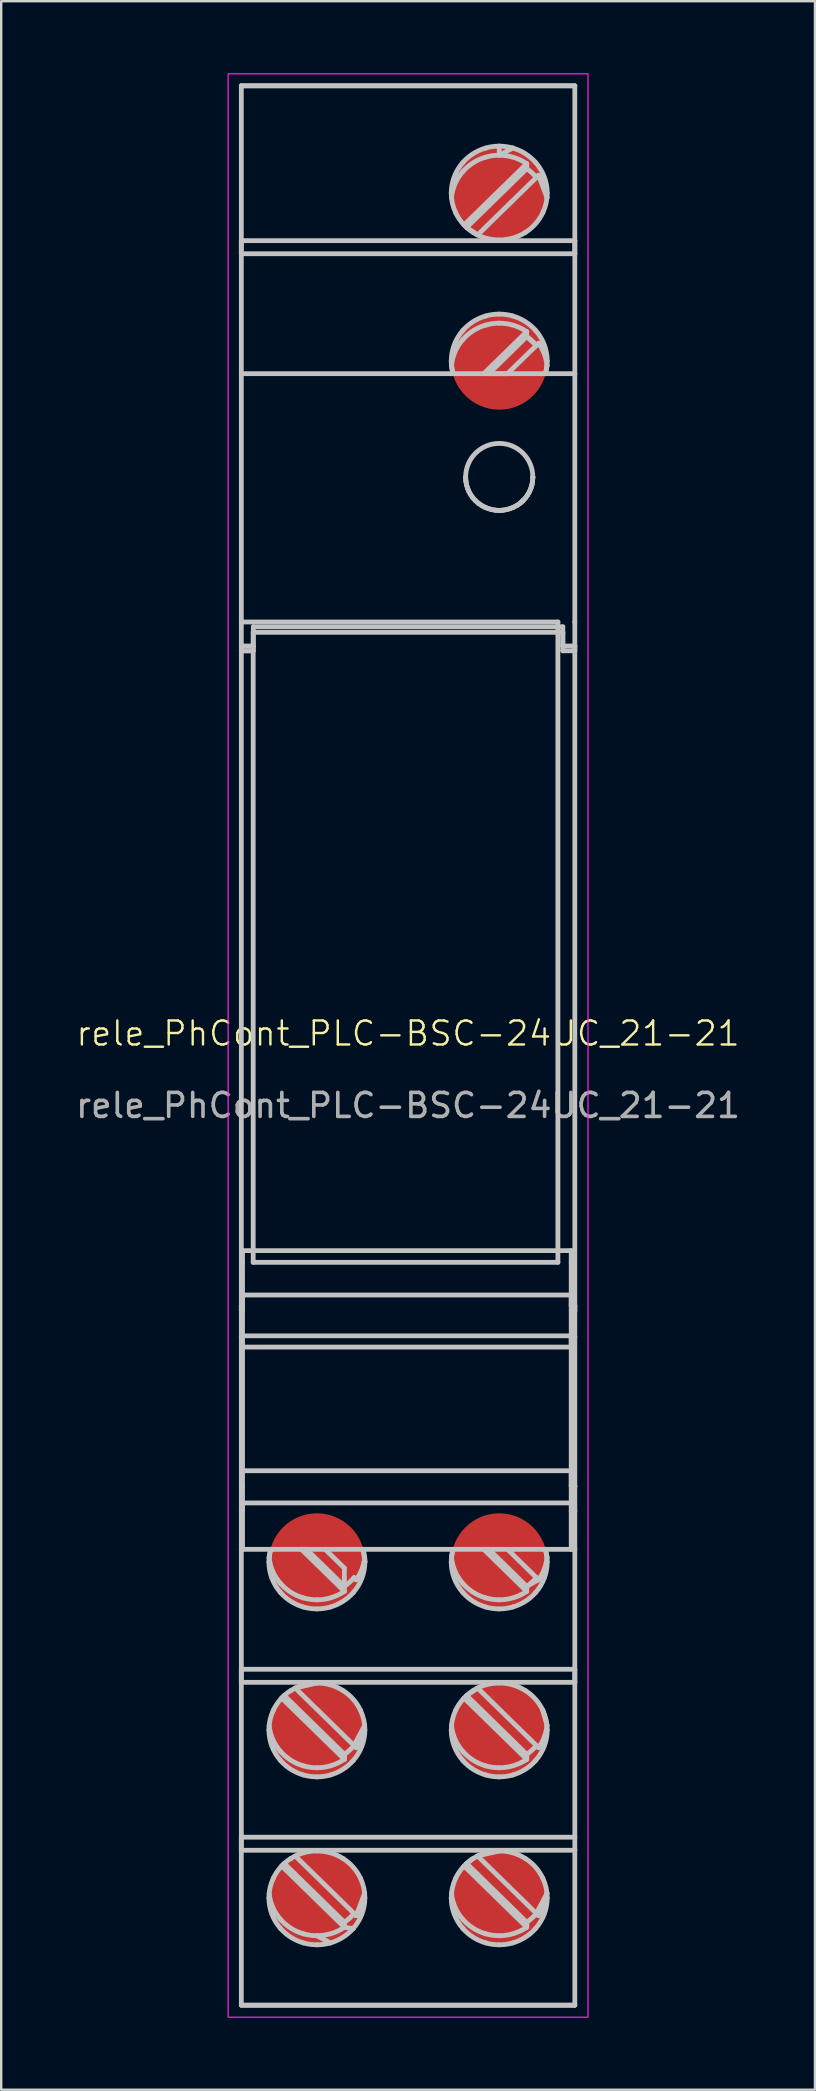
<source format=kicad_pcb>
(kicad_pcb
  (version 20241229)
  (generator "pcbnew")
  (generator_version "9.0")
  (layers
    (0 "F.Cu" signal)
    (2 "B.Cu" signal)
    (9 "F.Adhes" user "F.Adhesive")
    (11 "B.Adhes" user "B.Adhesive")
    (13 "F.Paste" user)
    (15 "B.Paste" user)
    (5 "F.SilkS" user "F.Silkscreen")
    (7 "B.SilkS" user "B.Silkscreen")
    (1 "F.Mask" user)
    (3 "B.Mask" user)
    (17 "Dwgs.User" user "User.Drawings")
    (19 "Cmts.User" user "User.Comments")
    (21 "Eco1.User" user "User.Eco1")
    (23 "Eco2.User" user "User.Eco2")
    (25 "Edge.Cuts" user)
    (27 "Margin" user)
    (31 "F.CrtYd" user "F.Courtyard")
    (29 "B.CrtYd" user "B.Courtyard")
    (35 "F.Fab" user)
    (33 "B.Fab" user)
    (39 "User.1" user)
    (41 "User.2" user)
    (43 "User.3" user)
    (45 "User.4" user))
  (footprint "rele_PhCont_PLC-BSC-24UC_21-21"
    (layer "F.Cu")
    (at 13.958 40.525)
    (property "Reference" "rele_PhCont_PLC-BSC-24UC_21-21" (at 0 -0.5 0) (unlocked yes) (layer "F.SilkS") (effects (font (size 1 1) (thickness 0.1))))
    (attr smd)
    (fp_line (start -6.95 -40) (end 6.95 -40) (stroke (width 0.2) (type default)) (layer "Dwgs.User"))
    (fp_line (start -6.95 -33.544) (end -6.95 -40) (stroke (width 0.2) (type default)) (layer "Dwgs.User"))
    (fp_line (start -6.95 -33.544) (end 6.95 -33.544) (stroke (width 0.2) (type default)) (layer "Dwgs.User"))
    (fp_line (start -6.95 -33) (end -6.95 -33.544) (stroke (width 0.2) (type default)) (layer "Dwgs.User"))
    (fp_line (start -6.95 -33) (end -6.95 -33.544) (stroke (width 0.2) (type default)) (layer "Dwgs.User"))
    (fp_line (start -6.95 -33) (end 6.95 -33) (stroke (width 0.2) (type default)) (layer "Dwgs.User"))
    (fp_line (start -6.95 -28) (end -6.95 -33) (stroke (width 0.2) (type default)) (layer "Dwgs.User"))
    (fp_line (start -6.95 -28) (end 6.95 -28) (stroke (width 0.2) (type default)) (layer "Dwgs.User"))
    (fp_line (start -6.95 -17.65) (end -6.95 -28) (stroke (width 0.2) (type default)) (layer "Dwgs.User"))
    (fp_line (start -6.95 -17.65) (end 6.245 -17.65) (stroke (width 0.2) (type default)) (layer "Dwgs.User"))
    (fp_line (start -6.95 -16.65) (end -6.95 -17.65) (stroke (width 0.2) (type default)) (layer "Dwgs.User"))
    (fp_line (start -6.95 -16.45) (end -6.95 -16.65) (stroke (width 0.2) (type default)) (layer "Dwgs.User"))
    (fp_line (start -6.95 -16.45) (end -6.455 -16.45) (stroke (width 0.2) (type default)) (layer "Dwgs.User"))
    (fp_line (start -6.95 -16.45) (end -6.455 -16.45) (stroke (width 0.2) (type default)) (layer "Dwgs.User"))
    (fp_line (start -6.95 10.85) (end -6.95 -16.45) (stroke (width 0.2) (type default)) (layer "Dwgs.User"))
    (fp_line (start -6.95 10.85) (end -6.95 11.05) (stroke (width 0.2) (type default)) (layer "Dwgs.User"))
    (fp_line (start -6.95 11.05) (end -6.95 10.85) (stroke (width 0.2) (type default)) (layer "Dwgs.User"))
    (fp_line (start -6.95 11.05) (end -6.95 12.15) (stroke (width 0.2) (type default)) (layer "Dwgs.User"))
    (fp_line (start -6.95 11.05) (end -6.9 11.05) (stroke (width 0.2) (type default)) (layer "Dwgs.User"))
    (fp_line (start -6.95 12.15) (end -6.95 18.373) (stroke (width 0.2) (type default)) (layer "Dwgs.User"))
    (fp_line (start -6.95 12.15) (end -6.9 12.569) (stroke (width 0.2) (type default)) (layer "Dwgs.User"))
    (fp_line (start -6.95 18.373) (end -6.95 19.4) (stroke (width 0.2) (type default)) (layer "Dwgs.User"))
    (fp_line (start -6.95 19.4) (end -6.9 19.4) (stroke (width 0.2) (type default)) (layer "Dwgs.User"))
    (fp_line (start -6.95 21) (end -6.95 19.4) (stroke (width 0.2) (type default)) (layer "Dwgs.User"))
    (fp_line (start -6.95 21) (end -6.9 21) (stroke (width 0.2) (type default)) (layer "Dwgs.User"))
    (fp_line (start -6.95 21) (end -6.9 21) (stroke (width 0.2) (type default)) (layer "Dwgs.User"))
    (fp_line (start -6.95 26) (end -6.95 21) (stroke (width 0.2) (type default)) (layer "Dwgs.User"))
    (fp_line (start -6.95 26) (end -6.95 26.544) (stroke (width 0.2) (type default)) (layer "Dwgs.User"))
    (fp_line (start -6.95 26) (end 6.95 26) (stroke (width 0.2) (type default)) (layer "Dwgs.User"))
    (fp_line (start -6.95 26.544) (end -6.95 26) (stroke (width 0.2) (type default)) (layer "Dwgs.User"))
    (fp_line (start -6.95 26.544) (end 6.95 26.544) (stroke (width 0.2) (type default)) (layer "Dwgs.User"))
    (fp_line (start -6.95 33) (end -6.95 26.544) (stroke (width 0.2) (type default)) (layer "Dwgs.User"))
    (fp_line (start -6.95 33) (end -6.95 33.544) (stroke (width 0.2) (type default)) (layer "Dwgs.User"))
    (fp_line (start -6.95 33) (end 6.95 33) (stroke (width 0.2) (type default)) (layer "Dwgs.User"))
    (fp_line (start -6.95 33.544) (end -6.95 33) (stroke (width 0.2) (type default)) (layer "Dwgs.User"))
    (fp_line (start -6.95 33.544) (end 6.95 33.544) (stroke (width 0.2) (type default)) (layer "Dwgs.User"))
    (fp_line (start -6.95 40) (end -6.95 33.544) (stroke (width 0.2) (type default)) (layer "Dwgs.User"))
    (fp_line (start -6.95 40) (end 6.95 40) (stroke (width 0.2) (type default)) (layer "Dwgs.User"))
    (fp_line (start -6.95 40) (end 6.95 40) (stroke (width 0.2) (type default)) (layer "Dwgs.User"))
    (fp_line (start -6.9 9.038) (end -6.9 8.551) (stroke (width 0.2) (type default)) (layer "Dwgs.User"))
    (fp_line (start -6.9 10.85) (end -6.95 10.85) (stroke (width 0.2) (type default)) (layer "Dwgs.User"))
    (fp_line (start -6.9 10.85) (end -6.9 9.038) (stroke (width 0.2) (type default)) (layer "Dwgs.User"))
    (fp_line (start -6.9 11.05) (end -6.9 10.85) (stroke (width 0.2) (type default)) (layer "Dwgs.User"))
    (fp_line (start -6.9 12.102) (end -6.9 10.4) (stroke (width 0.2) (type default)) (layer "Dwgs.User"))
    (fp_line (start -6.9 12.102) (end -6.9 12.15) (stroke (width 0.2) (type default)) (layer "Dwgs.User"))
    (fp_line (start -6.9 12.15) (end -6.95 12.15) (stroke (width 0.2) (type default)) (layer "Dwgs.User"))
    (fp_line (start -6.9 12.569) (end -6.9 12.102) (stroke (width 0.2) (type default)) (layer "Dwgs.User"))
    (fp_line (start -6.9 17.724) (end -6.9 12.569) (stroke (width 0.2) (type default)) (layer "Dwgs.User"))
    (fp_line (start -6.9 18.373) (end -6.95 18.373) (stroke (width 0.2) (type default)) (layer "Dwgs.User"))
    (fp_line (start -6.9 19.066) (end -6.9 17.724) (stroke (width 0.2) (type default)) (layer "Dwgs.User"))
    (fp_line (start -6.9 19.066) (end -6.9 19.4) (stroke (width 0.2) (type default)) (layer "Dwgs.User"))
    (fp_line (start -6.9 19.066) (end 6.8 19.066) (stroke (width 0.2) (type default)) (layer "Dwgs.User"))
    (fp_line (start -6.9 21) (end -6.9 19.066) (stroke (width 0.2) (type default)) (layer "Dwgs.User"))
    (fp_line (start -6.455 -17.22) (end -6.455 9.038) (stroke (width 0.2) (type default)) (layer "Dwgs.User"))
    (fp_line (start -6.455 -16.45) (end -6.45 -16.65) (stroke (width 0.2) (type default)) (layer "Dwgs.User"))
    (fp_line (start -6.455 9.038) (end 6.245 9.038) (stroke (width 0.2) (type default)) (layer "Dwgs.User"))
    (fp_line (start -6.45 -17.45) (end 6.45 -17.45) (stroke (width 0.2) (type default)) (layer "Dwgs.User"))
    (fp_line (start -6.45 -16.65) (end -6.95 -16.65) (stroke (width 0.2) (type default)) (layer "Dwgs.User"))
    (fp_line (start -6.45 -16.65) (end -6.45 -17.45) (stroke (width 0.2) (type default)) (layer "Dwgs.User"))
    (fp_line (start -5.726 21) (end -5.791 21.338) (stroke (width 0.2) (type default)) (layer "Dwgs.User"))
    (fp_line (start -5.267 27.198) (end -5.16 27.094) (stroke (width 0.2) (type default)) (layer "Dwgs.User"))
    (fp_line (start -5.267 27.198) (end -2.655 29.752) (stroke (width 0.2) (type default)) (layer "Dwgs.User"))
    (fp_line (start -5.267 34.198) (end -5.16 34.094) (stroke (width 0.2) (type default)) (layer "Dwgs.User"))
    (fp_line (start -5.267 34.198) (end -2.655 36.752) (stroke (width 0.2) (type default)) (layer "Dwgs.User"))
    (fp_line (start -5.16 27.094) (end -2.655 29.545) (stroke (width 0.2) (type default)) (layer "Dwgs.User"))
    (fp_line (start -5.16 34.094) (end -2.655 36.545) (stroke (width 0.2) (type default)) (layer "Dwgs.User"))
    (fp_line (start -4.447 21) (end -4.234 21) (stroke (width 0.2) (type default)) (layer "Dwgs.User"))
    (fp_line (start -4.447 21) (end -2.655 22.752) (stroke (width 0.2) (type default)) (layer "Dwgs.User"))
    (fp_line (start -4.234 21) (end -2.655 22.545) (stroke (width 0.2) (type default)) (layer "Dwgs.User"))
    (fp_line (start -3.8 26.572) (end -4.702 26.782) (stroke (width 0.2) (type default)) (layer "Dwgs.User"))
    (fp_line (start -3.237 37.405) (end -3.8 37.105) (stroke (width 0.2) (type default)) (layer "Dwgs.User"))
    (fp_line (start -2.655 21.784) (end -3.457 21) (stroke (width 0.2) (type default)) (layer "Dwgs.User"))
    (fp_line (start -2.655 22.752) (end -2.655 21.784) (stroke (width 0.2) (type default)) (layer "Dwgs.User"))
    (fp_line (start -2.655 29.545) (end -2.655 29.752) (stroke (width 0.2) (type default)) (layer "Dwgs.User"))
    (fp_line (start -2.655 29.752) (end -2.655 29.545) (stroke (width 0.2) (type default)) (layer "Dwgs.User"))
    (fp_line (start -2.655 36.545) (end -2.655 36.752) (stroke (width 0.2) (type default)) (layer "Dwgs.User"))
    (fp_line (start -2.655 36.752) (end -2.655 36.545) (stroke (width 0.2) (type default)) (layer "Dwgs.User"))
    (fp_line (start -2.289 36.809) (end -2.655 36.752) (stroke (width 0.2) (type default)) (layer "Dwgs.User"))
    (fp_line (start -2.252 22.179) (end -2.16 22.268) (stroke (width 0.2) (type default)) (layer "Dwgs.User"))
    (fp_line (start -2.252 36.179) (end -2.16 36.268) (stroke (width 0.2) (type default)) (layer "Dwgs.User"))
    (fp_line (start -2.16 29.268) (end -4.702 26.782) (stroke (width 0.2) (type default)) (layer "Dwgs.User"))
    (fp_line (start -2.16 36.268) (end -4.702 33.782) (stroke (width 0.2) (type default)) (layer "Dwgs.User"))
    (fp_line (start -1.874 21) (end -1.8 21.528) (stroke (width 0.2) (type default)) (layer "Dwgs.User"))
    (fp_line (start -1.809 21.338) (end -1.8 21.528) (stroke (width 0.2) (type default)) (layer "Dwgs.User"))
    (fp_line (start -1.809 28.338) (end -2.252 29.179) (stroke (width 0.2) (type default)) (layer "Dwgs.User"))
    (fp_line (start -1.809 35.338) (end -2.16 36.268) (stroke (width 0.2) (type default)) (layer "Dwgs.User"))
    (fp_line (start 1.874 -28) (end 1.809 -28.338) (stroke (width 0.2) (type default)) (layer "Dwgs.User"))
    (fp_line (start 1.874 21) (end 1.809 21.338) (stroke (width 0.2) (type default)) (layer "Dwgs.User"))
    (fp_line (start 2.333 27.198) (end 4.945 29.752) (stroke (width 0.2) (type default)) (layer "Dwgs.User"))
    (fp_line (start 2.333 34.198) (end 4.945 36.752) (stroke (width 0.2) (type default)) (layer "Dwgs.User"))
    (fp_line (start 2.4 -23.694) (end 2.4 -23.677) (stroke (width 0.2) (type default)) (layer "Dwgs.User"))
    (fp_line (start 2.4 -23.677) (end 2.4 -23.685) (stroke (width 0.2) (type default)) (layer "Dwgs.User"))
    (fp_line (start 2.409 -23.523) (end 2.4 -23.677) (stroke (width 0.2) (type default)) (layer "Dwgs.User"))
    (fp_line (start 2.435 -23.371) (end 2.409 -23.523) (stroke (width 0.2) (type default)) (layer "Dwgs.User"))
    (fp_line (start 2.44 -34.094) (end 4.945 -36.545) (stroke (width 0.2) (type default)) (layer "Dwgs.User"))
    (fp_line (start 2.479 -23.223) (end 2.435 -23.371) (stroke (width 0.2) (type default)) (layer "Dwgs.User"))
    (fp_line (start 2.539 -23.08) (end 2.479 -23.223) (stroke (width 0.2) (type default)) (layer "Dwgs.User"))
    (fp_line (start 2.615 -22.945) (end 2.539 -23.08) (stroke (width 0.2) (type default)) (layer "Dwgs.User"))
    (fp_line (start 2.705 -22.819) (end 2.615 -22.945) (stroke (width 0.2) (type default)) (layer "Dwgs.User"))
    (fp_line (start 2.719 33.882) (end 2.44 34.094) (stroke (width 0.2) (type default)) (layer "Dwgs.User"))
    (fp_line (start 2.81 -22.704) (end 2.705 -22.819) (stroke (width 0.2) (type default)) (layer "Dwgs.User"))
    (fp_line (start 2.898 -33.782) (end 2.44 -34.094) (stroke (width 0.2) (type default)) (layer "Dwgs.User"))
    (fp_line (start 2.898 -33.782) (end 5.44 -36.268) (stroke (width 0.2) (type default)) (layer "Dwgs.User"))
    (fp_line (start 2.898 26.782) (end 2.44 27.094) (stroke (width 0.2) (type default)) (layer "Dwgs.User"))
    (fp_line (start 2.927 -22.602) (end 2.81 -22.704) (stroke (width 0.2) (type default)) (layer "Dwgs.User"))
    (fp_line (start 3.055 -22.512) (end 2.927 -22.602) (stroke (width 0.2) (type default)) (layer "Dwgs.User"))
    (fp_line (start 3.153 21) (end 3.366 21) (stroke (width 0.2) (type default)) (layer "Dwgs.User"))
    (fp_line (start 3.153 21) (end 4.945 22.752) (stroke (width 0.2) (type default)) (layer "Dwgs.User"))
    (fp_line (start 3.193 -22.438) (end 3.055 -22.512) (stroke (width 0.2) (type default)) (layer "Dwgs.User"))
    (fp_line (start 3.338 -22.379) (end 3.193 -22.438) (stroke (width 0.2) (type default)) (layer "Dwgs.User"))
    (fp_line (start 3.366 -28) (end 4.945 -29.545) (stroke (width 0.2) (type default)) (layer "Dwgs.User"))
    (fp_line (start 3.488 -22.336) (end 3.338 -22.379) (stroke (width 0.2) (type default)) (layer "Dwgs.User"))
    (fp_line (start 3.643 -22.31) (end 3.488 -22.336) (stroke (width 0.2) (type default)) (layer "Dwgs.User"))
    (fp_line (start 3.8 -37.484) (end 3.8 -37.105) (stroke (width 0.2) (type default)) (layer "Dwgs.User"))
    (fp_line (start 3.8 -22.301) (end 3.643 -22.31) (stroke (width 0.2) (type default)) (layer "Dwgs.User"))
    (fp_line (start 3.8 33.572) (end 2.898 33.782) (stroke (width 0.2) (type default)) (layer "Dwgs.User"))
    (fp_line (start 3.957 -22.31) (end 3.8 -22.301) (stroke (width 0.2) (type default)) (layer "Dwgs.User"))
    (fp_line (start 4.112 -22.336) (end 3.957 -22.31) (stroke (width 0.2) (type default)) (layer "Dwgs.User"))
    (fp_line (start 4.143 -28) (end 3.366 -28) (stroke (width 0.2) (type default)) (layer "Dwgs.User"))
    (fp_line (start 4.143 -28) (end 5.44 -29.268) (stroke (width 0.2) (type default)) (layer "Dwgs.User"))
    (fp_line (start 4.262 -22.379) (end 4.112 -22.336) (stroke (width 0.2) (type default)) (layer "Dwgs.User"))
    (fp_line (start 4.363 -37.405) (end 3.8 -37.105) (stroke (width 0.2) (type default)) (layer "Dwgs.User"))
    (fp_line (start 4.407 -22.438) (end 4.262 -22.379) (stroke (width 0.2) (type default)) (layer "Dwgs.User"))
    (fp_line (start 4.545 -22.512) (end 4.407 -22.438) (stroke (width 0.2) (type default)) (layer "Dwgs.User"))
    (fp_line (start 4.673 -22.602) (end 4.545 -22.512) (stroke (width 0.2) (type default)) (layer "Dwgs.User"))
    (fp_line (start 4.673 -22.602) (end 4.79 -22.71) (stroke (width 0.2) (type default)) (layer "Dwgs.User"))
    (fp_line (start 4.79 -22.704) (end 4.673 -22.602) (stroke (width 0.2) (type default)) (layer "Dwgs.User"))
    (fp_line (start 4.79 -22.704) (end 4.79 -22.71) (stroke (width 0.2) (type default)) (layer "Dwgs.User"))
    (fp_line (start 4.895 -22.819) (end 4.79 -22.704) (stroke (width 0.2) (type default)) (layer "Dwgs.User"))
    (fp_line (start 4.945 -36.752) (end 2.333 -34.198) (stroke (width 0.2) (type default)) (layer "Dwgs.User"))
    (fp_line (start 4.945 -36.752) (end 4.945 -36.545) (stroke (width 0.2) (type default)) (layer "Dwgs.User"))
    (fp_line (start 4.945 -36.545) (end 4.945 -36.752) (stroke (width 0.2) (type default)) (layer "Dwgs.User"))
    (fp_line (start 4.945 -29.752) (end 3.153 -28) (stroke (width 0.2) (type default)) (layer "Dwgs.User"))
    (fp_line (start 4.945 -29.752) (end 4.945 -29.545) (stroke (width 0.2) (type default)) (layer "Dwgs.User"))
    (fp_line (start 4.945 22.545) (end 3.366 21) (stroke (width 0.2) (type default)) (layer "Dwgs.User"))
    (fp_line (start 4.945 22.752) (end 4.945 22.545) (stroke (width 0.2) (type default)) (layer "Dwgs.User"))
    (fp_line (start 4.945 29.545) (end 2.44 27.094) (stroke (width 0.2) (type default)) (layer "Dwgs.User"))
    (fp_line (start 4.945 29.752) (end 4.945 29.545) (stroke (width 0.2) (type default)) (layer "Dwgs.User"))
    (fp_line (start 4.945 29.752) (end 4.945 29.545) (stroke (width 0.2) (type default)) (layer "Dwgs.User"))
    (fp_line (start 4.945 36.545) (end 2.44 34.094) (stroke (width 0.2) (type default)) (layer "Dwgs.User"))
    (fp_line (start 4.945 36.545) (end 4.945 36.752) (stroke (width 0.2) (type default)) (layer "Dwgs.User"))
    (fp_line (start 4.945 36.752) (end 4.945 36.545) (stroke (width 0.2) (type default)) (layer "Dwgs.User"))
    (fp_line (start 4.985 -22.945) (end 4.895 -22.819) (stroke (width 0.2) (type default)) (layer "Dwgs.User"))
    (fp_line (start 5.061 -23.08) (end 4.985 -22.945) (stroke (width 0.2) (type default)) (layer "Dwgs.User"))
    (fp_line (start 5.121 -23.223) (end 5.061 -23.08) (stroke (width 0.2) (type default)) (layer "Dwgs.User"))
    (fp_line (start 5.165 -23.371) (end 5.121 -23.223) (stroke (width 0.2) (type default)) (layer "Dwgs.User"))
    (fp_line (start 5.191 -23.523) (end 5.165 -23.371) (stroke (width 0.2) (type default)) (layer "Dwgs.User"))
    (fp_line (start 5.2 -23.685) (end 5.2 -23.677) (stroke (width 0.2) (type default)) (layer "Dwgs.User"))
    (fp_line (start 5.2 -23.694) (end 5.2 -23.677) (stroke (width 0.2) (type default)) (layer "Dwgs.User"))
    (fp_line (start 5.2 -23.677) (end 5.191 -23.523) (stroke (width 0.2) (type default)) (layer "Dwgs.User"))
    (fp_line (start 5.348 -36.179) (end 5.44 -36.268) (stroke (width 0.2) (type default)) (layer "Dwgs.User"))
    (fp_line (start 5.348 -29.179) (end 4.945 -29.545) (stroke (width 0.2) (type default)) (layer "Dwgs.User"))
    (fp_line (start 5.348 22.179) (end 5.44 22.268) (stroke (width 0.2) (type default)) (layer "Dwgs.User"))
    (fp_line (start 5.44 22.268) (end 4.143 21) (stroke (width 0.2) (type default)) (layer "Dwgs.User"))
    (fp_line (start 5.44 22.268) (end 4.945 22.545) (stroke (width 0.2) (type default)) (layer "Dwgs.User"))
    (fp_line (start 5.44 29.268) (end 2.898 26.782) (stroke (width 0.2) (type default)) (layer "Dwgs.User"))
    (fp_line (start 5.44 36.268) (end 2.898 33.782) (stroke (width 0.2) (type default)) (layer "Dwgs.User"))
    (fp_line (start 5.619 27.715) (end 5.791 28.338) (stroke (width 0.2) (type default)) (layer "Dwgs.User"))
    (fp_line (start 5.726 -28) (end 5.791 -28.338) (stroke (width 0.2) (type default)) (layer "Dwgs.User"))
    (fp_line (start 5.726 21) (end 5.791 21.338) (stroke (width 0.2) (type default)) (layer "Dwgs.User"))
    (fp_line (start 5.791 -35.338) (end 5.44 -36.268) (stroke (width 0.2) (type default)) (layer "Dwgs.User"))
    (fp_line (start 5.791 35.338) (end 5.348 36.179) (stroke (width 0.2) (type default)) (layer "Dwgs.User"))
    (fp_line (start 6.245 -17.65) (end 6.245 9.038) (stroke (width 0.2) (type default)) (layer "Dwgs.User"))
    (fp_line (start 6.45 -17.45) (end 6.45 -16.65) (stroke (width 0.2) (type default)) (layer "Dwgs.User"))
    (fp_line (start 6.45 -17.22) (end -6.455 -17.22) (stroke (width 0.2) (type default)) (layer "Dwgs.User"))
    (fp_line (start 6.45 -17.22) (end 6.45 -16.45) (stroke (width 0.2) (type default)) (layer "Dwgs.User"))
    (fp_line (start 6.45 -16.45) (end 6.95 -16.45) (stroke (width 0.2) (type default)) (layer "Dwgs.User"))
    (fp_line (start 6.8 8.551) (end -6.9 8.551) (stroke (width 0.2) (type default)) (layer "Dwgs.User"))
    (fp_line (start 6.8 8.551) (end 6.8 9.038) (stroke (width 0.2) (type default)) (layer "Dwgs.User"))
    (fp_line (start 6.8 9.038) (end 6.8 10.85) (stroke (width 0.2) (type default)) (layer "Dwgs.User"))
    (fp_line (start 6.8 10.4) (end -6.9 10.4) (stroke (width 0.2) (type default)) (layer "Dwgs.User"))
    (fp_line (start 6.8 10.4) (end 6.8 12.102) (stroke (width 0.2) (type default)) (layer "Dwgs.User"))
    (fp_line (start 6.8 11.05) (end 6.95 11.05) (stroke (width 0.2) (type default)) (layer "Dwgs.User"))
    (fp_line (start 6.8 12.102) (end -6.9 12.102) (stroke (width 0.2) (type default)) (layer "Dwgs.User"))
    (fp_line (start 6.8 12.102) (end 6.8 12.569) (stroke (width 0.2) (type default)) (layer "Dwgs.User"))
    (fp_line (start 6.8 12.15) (end 6.8 12.102) (stroke (width 0.2) (type default)) (layer "Dwgs.User"))
    (fp_line (start 6.8 12.15) (end 6.95 12.15) (stroke (width 0.2) (type default)) (layer "Dwgs.User"))
    (fp_line (start 6.8 12.569) (end -6.9 12.569) (stroke (width 0.2) (type default)) (layer "Dwgs.User"))
    (fp_line (start 6.8 12.569) (end 6.8 12.15) (stroke (width 0.2) (type default)) (layer "Dwgs.User"))
    (fp_line (start 6.8 12.569) (end 6.8 18.373) (stroke (width 0.2) (type default)) (layer "Dwgs.User"))
    (fp_line (start 6.8 17.724) (end -6.9 17.724) (stroke (width 0.2) (type default)) (layer "Dwgs.User"))
    (fp_line (start 6.8 17.724) (end 6.8 19.066) (stroke (width 0.2) (type default)) (layer "Dwgs.User"))
    (fp_line (start 6.8 18.373) (end 6.95 18.373) (stroke (width 0.2) (type default)) (layer "Dwgs.User"))
    (fp_line (start 6.8 19.066) (end 6.8 21) (stroke (width 0.2) (type default)) (layer "Dwgs.User"))
    (fp_line (start 6.8 19.4) (end 6.95 19.4) (stroke (width 0.2) (type default)) (layer "Dwgs.User"))
    (fp_line (start 6.8 21) (end -6.9 21) (stroke (width 0.2) (type default)) (layer "Dwgs.User"))
    (fp_line (start 6.8 21) (end 6.95 21) (stroke (width 0.2) (type default)) (layer "Dwgs.User"))
    (fp_line (start 6.95 -40) (end -6.95 -40) (stroke (width 0.2) (type default)) (layer "Dwgs.User"))
    (fp_line (start 6.95 -33.544) (end 6.95 -40) (stroke (width 0.2) (type default)) (layer "Dwgs.User"))
    (fp_line (start 6.95 -33.544) (end 6.95 -33) (stroke (width 0.2) (type default)) (layer "Dwgs.User"))
    (fp_line (start 6.95 -33) (end 6.95 -33.544) (stroke (width 0.2) (type default)) (layer "Dwgs.User"))
    (fp_line (start 6.95 -28) (end 6.95 -33) (stroke (width 0.2) (type default)) (layer "Dwgs.User"))
    (fp_line (start 6.95 -17.65) (end 6.95 -28) (stroke (width 0.2) (type default)) (layer "Dwgs.User"))
    (fp_line (start 6.95 -16.65) (end 6.45 -16.65) (stroke (width 0.2) (type default)) (layer "Dwgs.User"))
    (fp_line (start 6.95 -16.65) (end 6.95 -17.65) (stroke (width 0.2) (type default)) (layer "Dwgs.User"))
    (fp_line (start 6.95 -16.65) (end 6.95 -16.45) (stroke (width 0.2) (type default)) (layer "Dwgs.User"))
    (fp_line (start 6.95 -16.65) (end 6.95 -16.45) (stroke (width 0.2) (type default)) (layer "Dwgs.User"))
    (fp_line (start 6.95 -16.45) (end 6.95 10.85) (stroke (width 0.2) (type default)) (layer "Dwgs.User"))
    (fp_line (start 6.95 10.85) (end 6.8 10.85) (stroke (width 0.2) (type default)) (layer "Dwgs.User"))
    (fp_line (start 6.95 10.85) (end 6.95 11.05) (stroke (width 0.2) (type default)) (layer "Dwgs.User"))
    (fp_line (start 6.95 10.85) (end 6.95 11.05) (stroke (width 0.2) (type default)) (layer "Dwgs.User"))
    (fp_line (start 6.95 12.15) (end 6.95 11.05) (stroke (width 0.2) (type default)) (layer "Dwgs.User"))
    (fp_line (start 6.95 18.373) (end 6.8 19.066) (stroke (width 0.2) (type default)) (layer "Dwgs.User"))
    (fp_line (start 6.95 18.373) (end 6.95 12.15) (stroke (width 0.2) (type default)) (layer "Dwgs.User"))
    (fp_line (start 6.95 19.4) (end 6.95 18.373) (stroke (width 0.2) (type default)) (layer "Dwgs.User"))
    (fp_line (start 6.95 19.4) (end 6.95 21) (stroke (width 0.2) (type default)) (layer "Dwgs.User"))
    (fp_line (start 6.95 26) (end 6.95 21) (stroke (width 0.2) (type default)) (layer "Dwgs.User"))
    (fp_line (start 6.95 26.544) (end 6.95 26) (stroke (width 0.2) (type default)) (layer "Dwgs.User"))
    (fp_line (start 6.95 26.544) (end 6.95 26) (stroke (width 0.2) (type default)) (layer "Dwgs.User"))
    (fp_line (start 6.95 33) (end 6.95 26.544) (stroke (width 0.2) (type default)) (layer "Dwgs.User"))
    (fp_line (start 6.95 33.544) (end 6.95 33) (stroke (width 0.2) (type default)) (layer "Dwgs.User"))
    (fp_line (start 6.95 40) (end 6.95 33.544) (stroke (width 0.2) (type default)) (layer "Dwgs.User"))
    (fp_arc (start 2.4 -23.694028) (mid 3.8 -25.094028) (end 5.2 -23.694028) (stroke (width 0.2) (type default)) (layer "Dwgs.User"))
    (fp_curve (pts (xy -5.8 21.528) (xy -5.8 21.349) (xy -5.775 21.173) (xy -5.726 21)) (stroke (width 0.2) (type default)) (layer "Dwgs.User"))
    (fp_curve (pts (xy -5.8 28.528) (xy -5.8 28.245) (xy -5.739 27.974) (xy -5.619 27.715)) (stroke (width 0.2) (type default)) (layer "Dwgs.User"))
    (fp_curve (pts (xy -5.8 35.528) (xy -5.8 35.245) (xy -5.739 34.974) (xy -5.619 34.715)) (stroke (width 0.2) (type default)) (layer "Dwgs.User"))
    (fp_curve (pts (xy -5.619 27.715) (xy -5.46 27.374) (xy -5.204 27.085) (xy -4.881 26.882)) (stroke (width 0.2) (type default)) (layer "Dwgs.User"))
    (fp_curve (pts (xy -5.619 34.715) (xy -5.46 34.374) (xy -5.204 34.085) (xy -4.881 33.882)) (stroke (width 0.2) (type default)) (layer "Dwgs.User"))
    (fp_curve (pts (xy -5.311 22.43) (xy -5.583 22.124) (xy -5.75 21.742) (xy -5.791 21.338)) (stroke (width 0.2) (type default)) (layer "Dwgs.User"))
    (fp_curve (pts (xy -5.311 22.809) (xy -5.625 22.456) (xy -5.801 21.997) (xy -5.8 21.528)) (stroke (width 0.2) (type default)) (layer "Dwgs.User"))
    (fp_curve (pts (xy -5.311 29.43) (xy -5.583 29.124) (xy -5.75 28.742) (xy -5.791 28.338)) (stroke (width 0.2) (type default)) (layer "Dwgs.User"))
    (fp_curve (pts (xy -5.311 29.809) (xy -5.625 29.456) (xy -5.801 28.997) (xy -5.8 28.528)) (stroke (width 0.2) (type default)) (layer "Dwgs.User"))
    (fp_curve (pts (xy -5.311 36.43) (xy -5.583 36.124) (xy -5.75 35.742) (xy -5.791 35.338)) (stroke (width 0.2) (type default)) (layer "Dwgs.User"))
    (fp_curve (pts (xy -5.311 36.809) (xy -5.625 36.456) (xy -5.801 35.997) (xy -5.8 35.528)) (stroke (width 0.2) (type default)) (layer "Dwgs.User"))
    (fp_curve (pts (xy -4.881 26.882) (xy -4.559 26.679) (xy -4.183 26.572) (xy -3.8 26.572)) (stroke (width 0.2) (type default)) (layer "Dwgs.User"))
    (fp_curve (pts (xy -4.881 33.882) (xy -4.559 33.679) (xy -4.183 33.572) (xy -3.8 33.572)) (stroke (width 0.2) (type default)) (layer "Dwgs.User"))
    (fp_curve (pts (xy -4.363 23.025) (xy -4.731 22.92) (xy -5.06 22.713) (xy -5.311 22.43)) (stroke (width 0.2) (type default)) (layer "Dwgs.User"))
    (fp_curve (pts (xy -4.363 23.405) (xy -4.731 23.299) (xy -5.06 23.092) (xy -5.311 22.809)) (stroke (width 0.2) (type default)) (layer "Dwgs.User"))
    (fp_curve (pts (xy -4.363 30.025) (xy -4.731 29.92) (xy -5.06 29.713) (xy -5.311 29.43)) (stroke (width 0.2) (type default)) (layer "Dwgs.User"))
    (fp_curve (pts (xy -4.363 30.405) (xy -4.731 30.299) (xy -5.06 30.092) (xy -5.311 29.809)) (stroke (width 0.2) (type default)) (layer "Dwgs.User"))
    (fp_curve (pts (xy -4.363 37.025) (xy -4.731 36.92) (xy -5.06 36.713) (xy -5.311 36.43)) (stroke (width 0.2) (type default)) (layer "Dwgs.User"))
    (fp_curve (pts (xy -4.363 37.405) (xy -4.731 37.299) (xy -5.06 37.092) (xy -5.311 36.809)) (stroke (width 0.2) (type default)) (layer "Dwgs.User"))
    (fp_curve (pts (xy -3.8 23.105) (xy -3.991 23.105) (xy -4.179 23.078) (xy -4.363 23.025)) (stroke (width 0.2) (type default)) (layer "Dwgs.User"))
    (fp_curve (pts (xy -3.8 23.484) (xy -3.991 23.484) (xy -4.179 23.458) (xy -4.363 23.405)) (stroke (width 0.2) (type default)) (layer "Dwgs.User"))
    (fp_curve (pts (xy -3.8 26.572) (xy -3.417 26.572) (xy -3.041 26.679) (xy -2.719 26.882)) (stroke (width 0.2) (type default)) (layer "Dwgs.User"))
    (fp_curve (pts (xy -3.8 30.105) (xy -3.991 30.105) (xy -4.179 30.078) (xy -4.363 30.025)) (stroke (width 0.2) (type default)) (layer "Dwgs.User"))
    (fp_curve (pts (xy -3.8 30.484) (xy -3.991 30.484) (xy -4.179 30.458) (xy -4.363 30.405)) (stroke (width 0.2) (type default)) (layer "Dwgs.User"))
    (fp_curve (pts (xy -3.8 33.572) (xy -3.417 33.572) (xy -3.041 33.679) (xy -2.719 33.882)) (stroke (width 0.2) (type default)) (layer "Dwgs.User"))
    (fp_curve (pts (xy -3.8 37.105) (xy -3.991 37.105) (xy -4.179 37.078) (xy -4.363 37.025)) (stroke (width 0.2) (type default)) (layer "Dwgs.User"))
    (fp_curve (pts (xy -3.8 37.484) (xy -3.991 37.484) (xy -4.179 37.458) (xy -4.363 37.405)) (stroke (width 0.2) (type default)) (layer "Dwgs.User"))
    (fp_curve (pts (xy -3.237 23.405) (xy -3.421 23.458) (xy -3.609 23.484) (xy -3.8 23.484)) (stroke (width 0.2) (type default)) (layer "Dwgs.User"))
    (fp_curve (pts (xy -3.237 30.405) (xy -3.421 30.458) (xy -3.609 30.484) (xy -3.8 30.484)) (stroke (width 0.2) (type default)) (layer "Dwgs.User"))
    (fp_curve (pts (xy -3.237 37.405) (xy -3.421 37.458) (xy -3.609 37.484) (xy -3.8 37.484)) (stroke (width 0.2) (type default)) (layer "Dwgs.User"))
    (fp_curve (pts (xy -2.719 26.882) (xy -2.396 27.085) (xy -2.14 27.374) (xy -1.981 27.715)) (stroke (width 0.2) (type default)) (layer "Dwgs.User"))
    (fp_curve (pts (xy -2.719 33.882) (xy -2.396 34.085) (xy -2.14 34.374) (xy -1.981 34.715)) (stroke (width 0.2) (type default)) (layer "Dwgs.User"))
    (fp_curve (pts (xy -2.655 22.752) (xy -2.985 22.98) (xy -3.396 23.106) (xy -3.8 23.105)) (stroke (width 0.2) (type default)) (layer "Dwgs.User"))
    (fp_curve (pts (xy -2.655 29.752) (xy -2.985 29.98) (xy -3.396 30.106) (xy -3.8 30.105)) (stroke (width 0.2) (type default)) (layer "Dwgs.User"))
    (fp_curve (pts (xy -2.655 36.752) (xy -2.985 36.98) (xy -3.396 37.106) (xy -3.8 37.105)) (stroke (width 0.2) (type default)) (layer "Dwgs.User"))
    (fp_curve (pts (xy -2.289 22.809) (xy -2.54 23.092) (xy -2.869 23.299) (xy -3.237 23.405)) (stroke (width 0.2) (type default)) (layer "Dwgs.User"))
    (fp_curve (pts (xy -2.289 29.809) (xy -2.54 30.092) (xy -2.869 30.299) (xy -3.237 30.405)) (stroke (width 0.2) (type default)) (layer "Dwgs.User"))
    (fp_curve (pts (xy -2.289 36.809) (xy -2.54 37.092) (xy -2.869 37.299) (xy -3.237 37.405)) (stroke (width 0.2) (type default)) (layer "Dwgs.User"))
    (fp_curve (pts (xy -2.252 22.179) (xy -2.37 22.32) (xy -2.504 22.441) (xy -2.655 22.545)) (stroke (width 0.2) (type default)) (layer "Dwgs.User"))
    (fp_curve (pts (xy -2.252 29.179) (xy -2.37 29.32) (xy -2.504 29.441) (xy -2.655 29.545)) (stroke (width 0.2) (type default)) (layer "Dwgs.User"))
    (fp_curve (pts (xy -2.252 36.179) (xy -2.37 36.32) (xy -2.504 36.441) (xy -2.655 36.545)) (stroke (width 0.2) (type default)) (layer "Dwgs.User"))
    (fp_curve (pts (xy -1.981 27.715) (xy -1.861 27.974) (xy -1.8 28.245) (xy -1.8 28.528)) (stroke (width 0.2) (type default)) (layer "Dwgs.User"))
    (fp_curve (pts (xy -1.981 34.715) (xy -1.861 34.974) (xy -1.8 35.245) (xy -1.8 35.528)) (stroke (width 0.2) (type default)) (layer "Dwgs.User"))
    (fp_curve (pts (xy -1.874 21) (xy -1.825 21.173) (xy -1.8 21.349) (xy -1.8 21.528)) (stroke (width 0.2) (type default)) (layer "Dwgs.User"))
    (fp_curve (pts (xy -1.809 21.338) (xy -1.843 21.674) (xy -1.964 21.994) (xy -2.16 22.268)) (stroke (width 0.2) (type default)) (layer "Dwgs.User"))
    (fp_curve (pts (xy -1.809 28.338) (xy -1.843 28.674) (xy -1.964 28.994) (xy -2.16 29.268)) (stroke (width 0.2) (type default)) (layer "Dwgs.User"))
    (fp_curve (pts (xy -1.809 35.338) (xy -1.843 35.674) (xy -1.964 35.994) (xy -2.16 36.268)) (stroke (width 0.2) (type default)) (layer "Dwgs.User"))
    (fp_curve (pts (xy -1.8 21.528) (xy -1.799 21.997) (xy -1.975 22.456) (xy -2.289 22.809)) (stroke (width 0.2) (type default)) (layer "Dwgs.User"))
    (fp_curve (pts (xy -1.8 28.528) (xy -1.799 28.997) (xy -1.975 29.456) (xy -2.289 29.809)) (stroke (width 0.2) (type default)) (layer "Dwgs.User"))
    (fp_curve (pts (xy -1.8 35.528) (xy -1.799 35.997) (xy -1.975 36.456) (xy -2.289 36.809)) (stroke (width 0.2) (type default)) (layer "Dwgs.User"))
    (fp_curve (pts (xy 1.8 -35.528) (xy 1.799 -35.997) (xy 1.975 -36.456) (xy 2.289 -36.809)) (stroke (width 0.2) (type default)) (layer "Dwgs.User"))
    (fp_curve (pts (xy 1.8 -28.528) (xy 1.799 -28.997) (xy 1.975 -29.456) (xy 2.289 -29.809)) (stroke (width 0.2) (type default)) (layer "Dwgs.User"))
    (fp_curve (pts (xy 1.8 21.528) (xy 1.8 21.349) (xy 1.825 21.173) (xy 1.874 21)) (stroke (width 0.2) (type default)) (layer "Dwgs.User"))
    (fp_curve (pts (xy 1.8 28.528) (xy 1.8 28.245) (xy 1.861 27.974) (xy 1.981 27.715)) (stroke (width 0.2) (type default)) (layer "Dwgs.User"))
    (fp_curve (pts (xy 1.8 35.528) (xy 1.8 35.245) (xy 1.861 34.974) (xy 1.981 34.715)) (stroke (width 0.2) (type default)) (layer "Dwgs.User"))
    (fp_curve (pts (xy 1.809 -35.338) (xy 1.85 -35.742) (xy 2.017 -36.124) (xy 2.289 -36.43)) (stroke (width 0.2) (type default)) (layer "Dwgs.User"))
    (fp_curve (pts (xy 1.809 -28.338) (xy 1.85 -28.742) (xy 2.017 -29.124) (xy 2.289 -29.43)) (stroke (width 0.2) (type default)) (layer "Dwgs.User"))
    (fp_curve (pts (xy 1.874 -28) (xy 1.825 -28.173) (xy 1.8 -28.349) (xy 1.8 -28.528)) (stroke (width 0.2) (type default)) (layer "Dwgs.User"))
    (fp_curve (pts (xy 1.981 -34.715) (xy 1.861 -34.974) (xy 1.8 -35.245) (xy 1.8 -35.528)) (stroke (width 0.2) (type default)) (layer "Dwgs.User"))
    (fp_curve (pts (xy 1.981 27.715) (xy 2.14 27.374) (xy 2.396 27.085) (xy 2.719 26.882)) (stroke (width 0.2) (type default)) (layer "Dwgs.User"))
    (fp_curve (pts (xy 1.981 34.715) (xy 2.14 34.374) (xy 2.396 34.085) (xy 2.719 33.882)) (stroke (width 0.2) (type default)) (layer "Dwgs.User"))
    (fp_curve (pts (xy 2.289 -36.809) (xy 2.54 -37.092) (xy 2.869 -37.299) (xy 3.237 -37.405)) (stroke (width 0.2) (type default)) (layer "Dwgs.User"))
    (fp_curve (pts (xy 2.289 -36.43) (xy 2.54 -36.713) (xy 2.869 -36.92) (xy 3.237 -37.025)) (stroke (width 0.2) (type default)) (layer "Dwgs.User"))
    (fp_curve (pts (xy 2.289 -29.809) (xy 2.54 -30.092) (xy 2.869 -30.299) (xy 3.237 -30.405)) (stroke (width 0.2) (type default)) (layer "Dwgs.User"))
    (fp_curve (pts (xy 2.289 -29.43) (xy 2.54 -29.713) (xy 2.869 -29.92) (xy 3.237 -30.025)) (stroke (width 0.2) (type default)) (layer "Dwgs.User"))
    (fp_curve (pts (xy 2.289 22.43) (xy 2.017 22.124) (xy 1.85 21.742) (xy 1.809 21.338)) (stroke (width 0.2) (type default)) (layer "Dwgs.User"))
    (fp_curve (pts (xy 2.289 22.809) (xy 1.975 22.456) (xy 1.799 21.997) (xy 1.8 21.528)) (stroke (width 0.2) (type default)) (layer "Dwgs.User"))
    (fp_curve (pts (xy 2.289 29.43) (xy 2.017 29.124) (xy 1.85 28.742) (xy 1.809 28.338)) (stroke (width 0.2) (type default)) (layer "Dwgs.User"))
    (fp_curve (pts (xy 2.289 29.809) (xy 1.975 29.456) (xy 1.799 28.997) (xy 1.8 28.528)) (stroke (width 0.2) (type default)) (layer "Dwgs.User"))
    (fp_curve (pts (xy 2.289 36.43) (xy 2.017 36.124) (xy 1.85 35.742) (xy 1.809 35.338)) (stroke (width 0.2) (type default)) (layer "Dwgs.User"))
    (fp_curve (pts (xy 2.289 36.809) (xy 1.975 36.456) (xy 1.799 35.997) (xy 1.8 35.528)) (stroke (width 0.2) (type default)) (layer "Dwgs.User"))
    (fp_curve (pts (xy 2.4 -23.694) (xy 2.4 -22.925) (xy 3.027 -22.302) (xy 3.8 -22.302)) (stroke (width 0.2) (type default)) (layer "Dwgs.User"))
    (fp_curve (pts (xy 2.719 -33.882) (xy 2.396 -34.085) (xy 2.14 -34.374) (xy 1.981 -34.715)) (stroke (width 0.2) (type default)) (layer "Dwgs.User"))
    (fp_curve (pts (xy 2.719 26.882) (xy 3.041 26.679) (xy 3.417 26.572) (xy 3.8 26.572)) (stroke (width 0.2) (type default)) (layer "Dwgs.User"))
    (fp_curve (pts (xy 2.719 33.882) (xy 3.041 33.679) (xy 3.417 33.572) (xy 3.8 33.572)) (stroke (width 0.2) (type default)) (layer "Dwgs.User"))
    (fp_curve (pts (xy 3.237 -37.405) (xy 3.421 -37.458) (xy 3.609 -37.484) (xy 3.8 -37.484)) (stroke (width 0.2) (type default)) (layer "Dwgs.User"))
    (fp_curve (pts (xy 3.237 -37.025) (xy 3.421 -37.078) (xy 3.609 -37.105) (xy 3.8 -37.105)) (stroke (width 0.2) (type default)) (layer "Dwgs.User"))
    (fp_curve (pts (xy 3.237 -30.405) (xy 3.421 -30.458) (xy 3.609 -30.484) (xy 3.8 -30.484)) (stroke (width 0.2) (type default)) (layer "Dwgs.User"))
    (fp_curve (pts (xy 3.237 -30.025) (xy 3.421 -30.078) (xy 3.609 -30.105) (xy 3.8 -30.105)) (stroke (width 0.2) (type default)) (layer "Dwgs.User"))
    (fp_curve (pts (xy 3.237 23.025) (xy 2.869 22.92) (xy 2.54 22.713) (xy 2.289 22.43)) (stroke (width 0.2) (type default)) (layer "Dwgs.User"))
    (fp_curve (pts (xy 3.237 23.405) (xy 2.869 23.299) (xy 2.54 23.092) (xy 2.289 22.809)) (stroke (width 0.2) (type default)) (layer "Dwgs.User"))
    (fp_curve (pts (xy 3.237 30.025) (xy 2.869 29.92) (xy 2.54 29.713) (xy 2.289 29.43)) (stroke (width 0.2) (type default)) (layer "Dwgs.User"))
    (fp_curve (pts (xy 3.237 30.405) (xy 2.869 30.299) (xy 2.54 30.092) (xy 2.289 29.809)) (stroke (width 0.2) (type default)) (layer "Dwgs.User"))
    (fp_curve (pts (xy 3.237 37.025) (xy 2.869 36.92) (xy 2.54 36.713) (xy 2.289 36.43)) (stroke (width 0.2) (type default)) (layer "Dwgs.User"))
    (fp_curve (pts (xy 3.237 37.405) (xy 2.869 37.299) (xy 2.54 37.092) (xy 2.289 36.809)) (stroke (width 0.2) (type default)) (layer "Dwgs.User"))
    (fp_curve (pts (xy 3.8 -37.484) (xy 3.991 -37.484) (xy 4.179 -37.458) (xy 4.363 -37.405)) (stroke (width 0.2) (type default)) (layer "Dwgs.User"))
    (fp_curve (pts (xy 3.8 -37.105) (xy 4.204 -37.106) (xy 4.615 -36.98) (xy 4.945 -36.752)) (stroke (width 0.2) (type default)) (layer "Dwgs.User"))
    (fp_curve (pts (xy 3.8 -33.572) (xy 3.417 -33.572) (xy 3.041 -33.679) (xy 2.719 -33.882)) (stroke (width 0.2) (type default)) (layer "Dwgs.User"))
    (fp_curve (pts (xy 3.8 -30.484) (xy 3.991 -30.484) (xy 4.179 -30.458) (xy 4.363 -30.405)) (stroke (width 0.2) (type default)) (layer "Dwgs.User"))
    (fp_curve (pts (xy 3.8 -30.105) (xy 4.204 -30.106) (xy 4.615 -29.98) (xy 4.945 -29.752)) (stroke (width 0.2) (type default)) (layer "Dwgs.User"))
    (fp_curve (pts (xy 3.8 -22.302) (xy 4.171 -22.302) (xy 4.527 -22.448) (xy 4.79 -22.71)) (stroke (width 0.2) (type default)) (layer "Dwgs.User"))
    (fp_curve (pts (xy 3.8 23.105) (xy 3.609 23.105) (xy 3.421 23.078) (xy 3.237 23.025)) (stroke (width 0.2) (type default)) (layer "Dwgs.User"))
    (fp_curve (pts (xy 3.8 23.484) (xy 3.609 23.484) (xy 3.421 23.458) (xy 3.237 23.405)) (stroke (width 0.2) (type default)) (layer "Dwgs.User"))
    (fp_curve (pts (xy 3.8 26.572) (xy 4.183 26.572) (xy 4.559 26.679) (xy 4.881 26.882)) (stroke (width 0.2) (type default)) (layer "Dwgs.User"))
    (fp_curve (pts (xy 3.8 30.105) (xy 3.609 30.105) (xy 3.421 30.078) (xy 3.237 30.025)) (stroke (width 0.2) (type default)) (layer "Dwgs.User"))
    (fp_curve (pts (xy 3.8 30.484) (xy 3.609 30.484) (xy 3.421 30.458) (xy 3.237 30.405)) (stroke (width 0.2) (type default)) (layer "Dwgs.User"))
    (fp_curve (pts (xy 3.8 33.572) (xy 4.183 33.572) (xy 4.559 33.679) (xy 4.881 33.882)) (stroke (width 0.2) (type default)) (layer "Dwgs.User"))
    (fp_curve (pts (xy 3.8 37.105) (xy 3.609 37.105) (xy 3.421 37.078) (xy 3.237 37.025)) (stroke (width 0.2) (type default)) (layer "Dwgs.User"))
    (fp_curve (pts (xy 3.8 37.484) (xy 3.609 37.484) (xy 3.421 37.458) (xy 3.237 37.405)) (stroke (width 0.2) (type default)) (layer "Dwgs.User"))
    (fp_curve (pts (xy 4.363 -37.405) (xy 4.731 -37.299) (xy 5.06 -37.092) (xy 5.311 -36.809)) (stroke (width 0.2) (type default)) (layer "Dwgs.User"))
    (fp_curve (pts (xy 4.363 -30.405) (xy 4.731 -30.299) (xy 5.06 -30.092) (xy 5.311 -29.809)) (stroke (width 0.2) (type default)) (layer "Dwgs.User"))
    (fp_curve (pts (xy 4.363 23.405) (xy 4.179 23.458) (xy 3.991 23.484) (xy 3.8 23.484)) (stroke (width 0.2) (type default)) (layer "Dwgs.User"))
    (fp_curve (pts (xy 4.363 30.405) (xy 4.179 30.458) (xy 3.991 30.484) (xy 3.8 30.484)) (stroke (width 0.2) (type default)) (layer "Dwgs.User"))
    (fp_curve (pts (xy 4.363 37.405) (xy 4.179 37.458) (xy 3.991 37.484) (xy 3.8 37.484)) (stroke (width 0.2) (type default)) (layer "Dwgs.User"))
    (fp_curve (pts (xy 4.79 -22.71) (xy 5.053 -22.971) (xy 5.2 -23.325) (xy 5.2 -23.694)) (stroke (width 0.2) (type default)) (layer "Dwgs.User"))
    (fp_curve (pts (xy 4.881 -33.882) (xy 4.559 -33.679) (xy 4.183 -33.572) (xy 3.8 -33.572)) (stroke (width 0.2) (type default)) (layer "Dwgs.User"))
    (fp_curve (pts (xy 4.881 26.882) (xy 5.204 27.085) (xy 5.46 27.374) (xy 5.619 27.715)) (stroke (width 0.2) (type default)) (layer "Dwgs.User"))
    (fp_curve (pts (xy 4.881 33.882) (xy 5.204 34.085) (xy 5.46 34.374) (xy 5.619 34.715)) (stroke (width 0.2) (type default)) (layer "Dwgs.User"))
    (fp_curve (pts (xy 4.945 -36.545) (xy 5.096 -36.441) (xy 5.23 -36.32) (xy 5.348 -36.179)) (stroke (width 0.2) (type default)) (layer "Dwgs.User"))
    (fp_curve (pts (xy 4.945 -29.545) (xy 5.096 -29.441) (xy 5.23 -29.32) (xy 5.348 -29.179)) (stroke (width 0.2) (type default)) (layer "Dwgs.User"))
    (fp_curve (pts (xy 4.945 22.752) (xy 4.615 22.98) (xy 4.204 23.106) (xy 3.8 23.105)) (stroke (width 0.2) (type default)) (layer "Dwgs.User"))
    (fp_curve (pts (xy 4.945 29.752) (xy 4.615 29.98) (xy 4.204 30.106) (xy 3.8 30.105)) (stroke (width 0.2) (type default)) (layer "Dwgs.User"))
    (fp_curve (pts (xy 4.945 36.752) (xy 4.615 36.98) (xy 4.204 37.106) (xy 3.8 37.105)) (stroke (width 0.2) (type default)) (layer "Dwgs.User"))
    (fp_curve (pts (xy 5.311 -36.809) (xy 5.625 -36.456) (xy 5.801 -35.997) (xy 5.8 -35.528)) (stroke (width 0.2) (type default)) (layer "Dwgs.User"))
    (fp_curve (pts (xy 5.311 -29.809) (xy 5.625 -29.456) (xy 5.801 -28.997) (xy 5.8 -28.528)) (stroke (width 0.2) (type default)) (layer "Dwgs.User"))
    (fp_curve (pts (xy 5.311 22.809) (xy 5.06 23.092) (xy 4.731 23.299) (xy 4.363 23.405)) (stroke (width 0.2) (type default)) (layer "Dwgs.User"))
    (fp_curve (pts (xy 5.311 29.809) (xy 5.06 30.092) (xy 4.731 30.299) (xy 4.363 30.405)) (stroke (width 0.2) (type default)) (layer "Dwgs.User"))
    (fp_curve (pts (xy 5.311 36.809) (xy 5.06 37.092) (xy 4.731 37.299) (xy 4.363 37.405)) (stroke (width 0.2) (type default)) (layer "Dwgs.User"))
    (fp_curve (pts (xy 5.348 22.179) (xy 5.23 22.32) (xy 5.096 22.441) (xy 4.945 22.545)) (stroke (width 0.2) (type default)) (layer "Dwgs.User"))
    (fp_curve (pts (xy 5.348 29.179) (xy 5.23 29.32) (xy 5.096 29.441) (xy 4.945 29.545)) (stroke (width 0.2) (type default)) (layer "Dwgs.User"))
    (fp_curve (pts (xy 5.348 36.179) (xy 5.23 36.32) (xy 5.096 36.441) (xy 4.945 36.545)) (stroke (width 0.2) (type default)) (layer "Dwgs.User"))
    (fp_curve (pts (xy 5.44 -36.268) (xy 5.636 -35.994) (xy 5.757 -35.674) (xy 5.791 -35.338)) (stroke (width 0.2) (type default)) (layer "Dwgs.User"))
    (fp_curve (pts (xy 5.44 -29.268) (xy 5.636 -28.994) (xy 5.757 -28.674) (xy 5.791 -28.338)) (stroke (width 0.2) (type default)) (layer "Dwgs.User"))
    (fp_curve (pts (xy 5.619 -34.715) (xy 5.46 -34.374) (xy 5.204 -34.085) (xy 4.881 -33.882)) (stroke (width 0.2) (type default)) (layer "Dwgs.User"))
    (fp_curve (pts (xy 5.619 27.715) (xy 5.739 27.974) (xy 5.8 28.245) (xy 5.8 28.528)) (stroke (width 0.2) (type default)) (layer "Dwgs.User"))
    (fp_curve (pts (xy 5.619 34.715) (xy 5.739 34.974) (xy 5.8 35.245) (xy 5.8 35.528)) (stroke (width 0.2) (type default)) (layer "Dwgs.User"))
    (fp_curve (pts (xy 5.726 21) (xy 5.775 21.173) (xy 5.8 21.349) (xy 5.8 21.528)) (stroke (width 0.2) (type default)) (layer "Dwgs.User"))
    (fp_curve (pts (xy 5.791 21.338) (xy 5.757 21.674) (xy 5.636 21.994) (xy 5.44 22.268)) (stroke (width 0.2) (type default)) (layer "Dwgs.User"))
    (fp_curve (pts (xy 5.791 28.338) (xy 5.757 28.674) (xy 5.636 28.994) (xy 5.44 29.268)) (stroke (width 0.2) (type default)) (layer "Dwgs.User"))
    (fp_curve (pts (xy 5.791 35.338) (xy 5.757 35.674) (xy 5.636 35.994) (xy 5.44 36.268)) (stroke (width 0.2) (type default)) (layer "Dwgs.User"))
    (fp_curve (pts (xy 5.8 -35.528) (xy 5.8 -35.245) (xy 5.739 -34.974) (xy 5.619 -34.715)) (stroke (width 0.2) (type default)) (layer "Dwgs.User"))
    (fp_curve (pts (xy 5.8 -28.528) (xy 5.8 -28.349) (xy 5.775 -28.173) (xy 5.726 -28)) (stroke (width 0.2) (type default)) (layer "Dwgs.User"))
    (fp_curve (pts (xy 5.8 21.528) (xy 5.801 21.997) (xy 5.625 22.456) (xy 5.311 22.809)) (stroke (width 0.2) (type default)) (layer "Dwgs.User"))
    (fp_curve (pts (xy 5.8 28.528) (xy 5.801 28.997) (xy 5.625 29.456) (xy 5.311 29.809)) (stroke (width 0.2) (type default)) (layer "Dwgs.User"))
    (fp_curve (pts (xy 5.8 35.528) (xy 5.801 35.997) (xy 5.625 36.456) (xy 5.311 36.809)) (stroke (width 0.2) (type default)) (layer "Dwgs.User"))
    (fp_rect (start -7.5 -40.5) (end 7.5 40.5) (stroke (width 0.05) (type default)) (fill no) (layer "F.CrtYd"))
    (fp_text user "${REFERENCE}" (at 0 2.5 0) (unlocked yes) (layer "F.Fab") (effects (font (size 1 1) (thickness 0.15))))
    (pad "11" smd circle (at -3.8 21.5) (size 4 4) (layers "F.Cu" "F.Mask" "F.Paste"))
    (pad "12" smd circle (at -3.8 35.5) (size 4 4) (layers "F.Cu" "F.Mask" "F.Paste"))
    (pad "14" smd circle (at -3.8 28.5) (size 4 4) (layers "F.Cu" "F.Mask" "F.Paste"))
    (pad "21" smd circle (at 3.8 21.5) (size 4 4) (layers "F.Cu" "F.Mask" "F.Paste"))
    (pad "22" smd circle (at 3.8 35.5) (size 4 4) (layers "F.Cu" "F.Mask" "F.Paste"))
    (pad "24" smd circle (at 3.8 28.5) (size 4 4) (layers "F.Cu" "F.Mask" "F.Paste"))
    (pad "A1" smd circle (at 3.8 -35.5) (size 4 4) (layers "F.Cu" "F.Mask" "F.Paste"))
    (pad "A2" smd circle (at 3.8 -28.5) (size 4 4) (layers "F.Cu" "F.Mask" "F.Paste")))
  (gr_rect
    (start -3 -3)
    (end 30.917 84.05)
    (stroke (width 0.1) (type default))
    (fill no)
    (layer "Edge.Cuts")))
</source>
